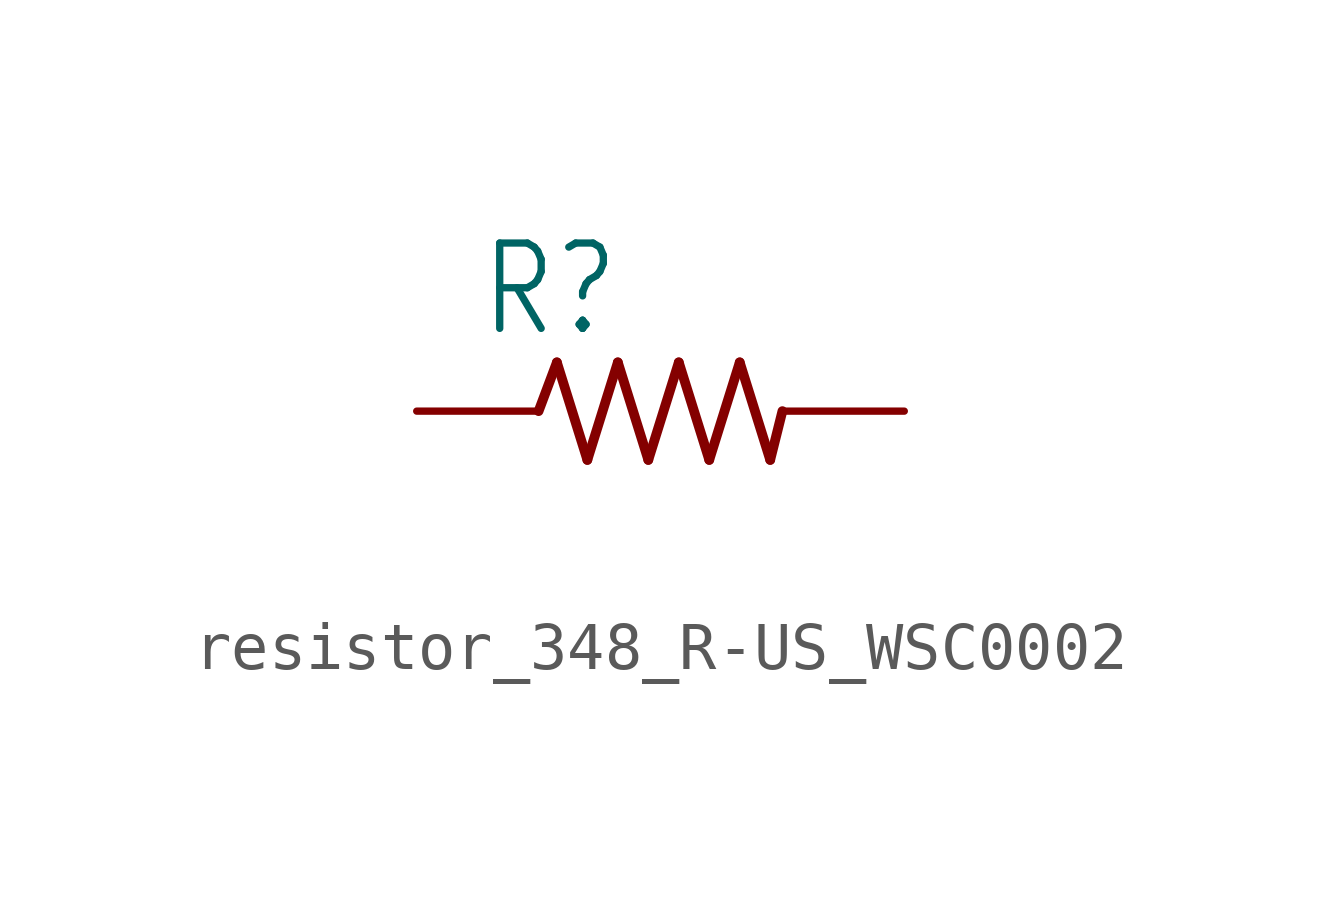
<source format=kicad_sym>
(kicad_symbol_lib
  (version 20241209)
  (generator "kicad_symbol_editor")
  (generator_version "9.0")
  (symbol "resistor_348_R-US_WSC0002"
    (property "Reference" "R"
      (at -3.81 1.499 0)
      (effects (font (size 1.778 1.511)) (justify left bottom)))
    (property "Value" ""
      (at -3.81 -3.302 0)
      (effects (font (size 1.778 1.511)) (justify left bottom)))
    (property "ki_locked" ""
      (at 0 0 0)
      (effects (font (size 1.27 1.27))))
    (symbol "resistor_348_R-US_WSC0002_1_0"
      (polyline (pts (xy -2.54 0) (xy -2.159 1.016)) (stroke (width 0.203) (type solid)) (fill (type none)))
      (polyline (pts (xy -2.159 1.016) (xy -1.524 -1.016)) (stroke (width 0.203) (type solid)) (fill (type none)))
      (polyline (pts (xy -1.524 -1.016) (xy -0.889 1.016)) (stroke (width 0.203) (type solid)) (fill (type none)))
      (polyline (pts (xy -0.889 1.016) (xy -0.254 -1.016)) (stroke (width 0.203) (type solid)) (fill (type none)))
      (polyline (pts (xy -0.254 -1.016) (xy 0.381 1.016)) (stroke (width 0.203) (type solid)) (fill (type none)))
      (polyline (pts (xy 0.381 1.016) (xy 1.016 -1.016)) (stroke (width 0.203) (type solid)) (fill (type none)))
      (polyline (pts (xy 1.016 -1.016) (xy 1.651 1.016)) (stroke (width 0.203) (type solid)) (fill (type none)))
      (polyline (pts (xy 1.651 1.016) (xy 2.286 -1.016)) (stroke (width 0.203) (type solid)) (fill (type none)))
      (polyline (pts (xy 2.286 -1.016) (xy 2.54 0)) (stroke (width 0.203) (type solid)) (fill (type none)))
      (pin passive line (at -5.08 0 0) (length 2.54) (name "1" (effects (font (size 0 0)))) (number "1" (effects (font (size 0 0)))))
      (pin passive line (at 5.08 0 180) (length 2.54) (name "2" (effects (font (size 0 0)))) (number "2" (effects (font (size 0 0))))))))
</source>
